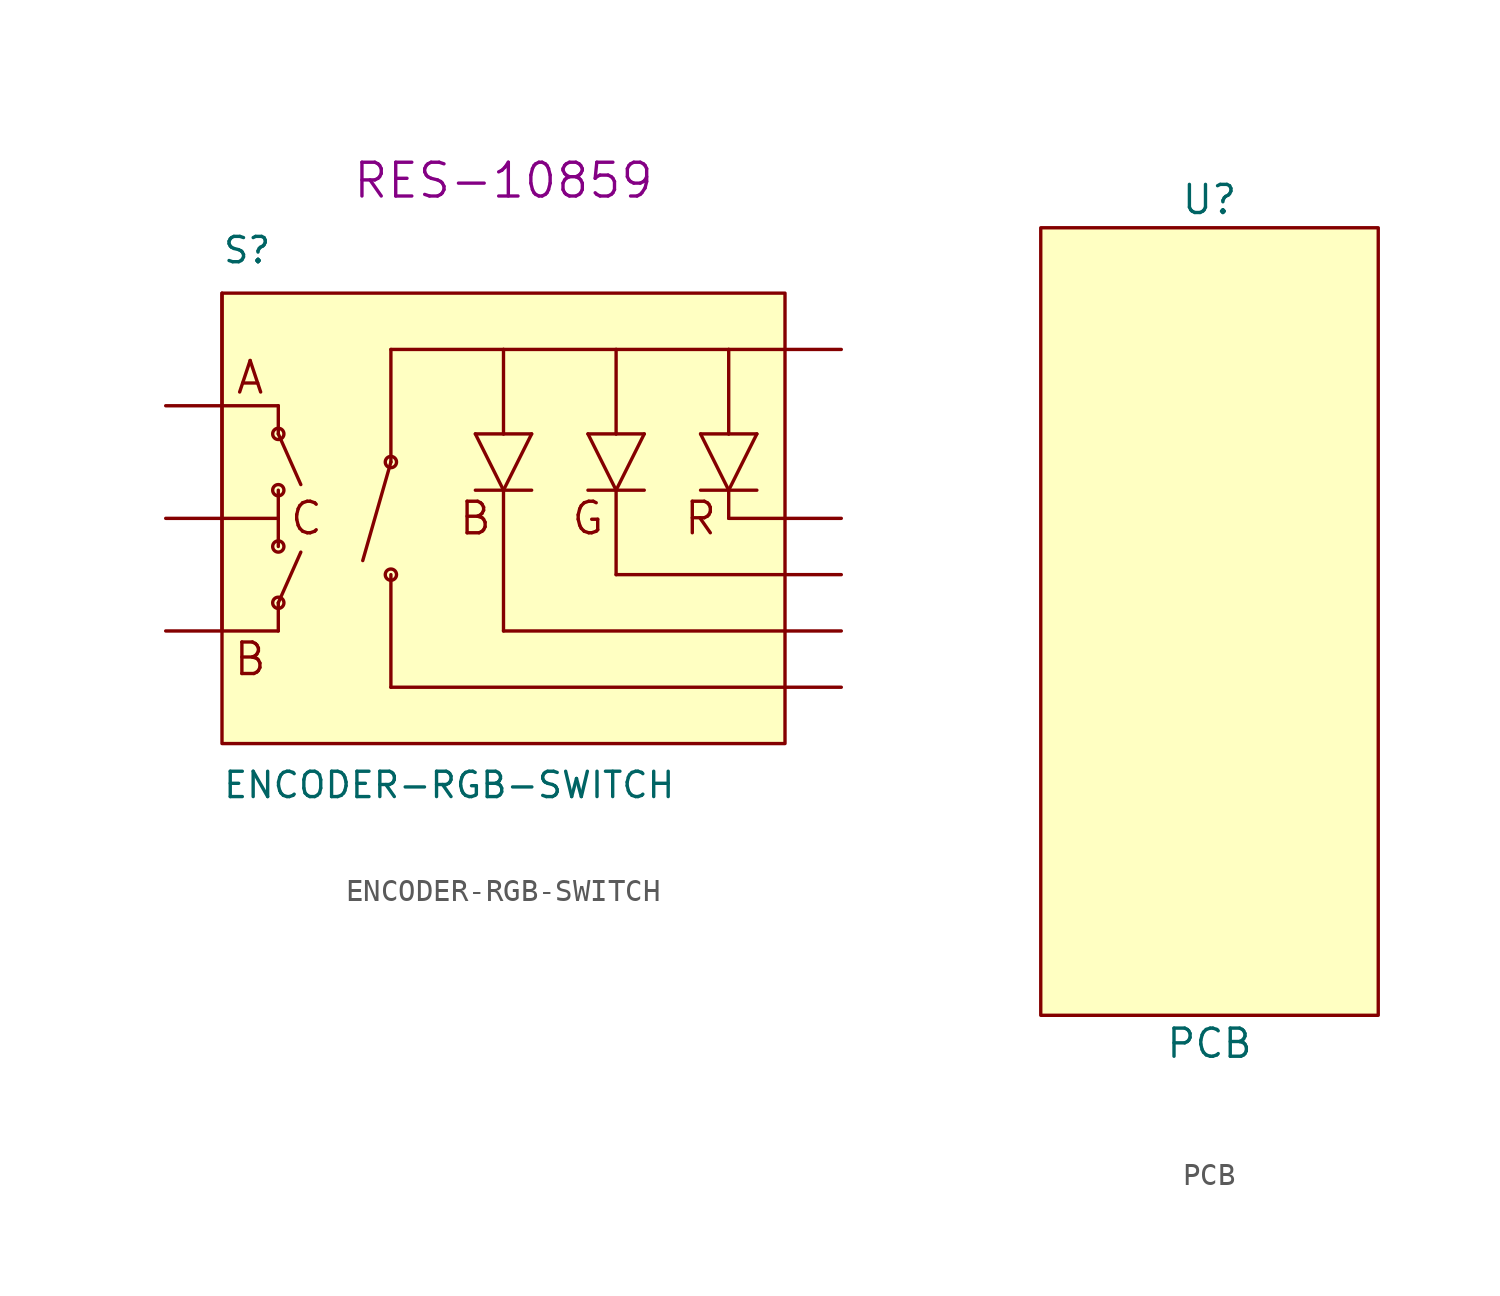
<source format=kicad_sym>
(kicad_symbol_lib
  (version 20211014)
  (generator kicad_symbol_editor)
  (symbol "ENCODER-RGB-SWITCH"
    (pin_numbers hide)
    (pin_names
      (offset 1.016))
    (property "Reference" "S"
      (at -12.7 11.43 0)
      (effects (font (size 1.143 1.143)) (justify left bottom)))
    (property "Value" "ENCODER-RGB-SWITCH"
      (at -12.7 -12.7 0)
      (effects (font (size 1.143 1.143)) (justify left bottom)))
    (property "Field4" "RES-10859"
      (at 0 15.24 0)
      (effects (font (size 1.524 1.524))))
    (property "ki_locked" ""
      (at 0 0 0)
      (effects (font (size 1.27 1.27))))
    (symbol "ENCODER-RGB-SWITCH_1_0"
      (polyline (pts (xy -12.7 0) (xy -12.7 -5.08)) (stroke (width 0) (type default) (color 0 0 0 0)) (fill (type none)))
      (polyline (pts (xy -12.7 5.08) (xy -12.7 0)) (stroke (width 0) (type default) (color 0 0 0 0)) (fill (type none)))
      (polyline (pts (xy -12.7 5.08) (xy -10.16 5.08)) (stroke (width 0) (type default) (color 0 0 0 0)) (fill (type none)))
      (polyline (pts (xy -12.7 10.16) (xy -12.7 5.08)) (stroke (width 0) (type default) (color 0 0 0 0)) (fill (type none)))
      (polyline (pts (xy -10.16 -5.08) (xy -12.7 -5.08)) (stroke (width 0) (type default) (color 0 0 0 0)) (fill (type none)))
      (polyline (pts (xy -10.16 -5.08) (xy -10.16 -3.81)) (stroke (width 0) (type default) (color 0 0 0 0)) (fill (type none)))
      (polyline (pts (xy -10.16 -3.81) (xy -9.144 -1.524)) (stroke (width 0) (type default) (color 0 0 0 0)) (fill (type none)))
      (polyline (pts (xy -10.16 0) (xy -12.7 0)) (stroke (width 0) (type default) (color 0 0 0 0)) (fill (type none)))
      (polyline (pts (xy -10.16 0) (xy -10.16 -1.27)) (stroke (width 0) (type default) (color 0 0 0 0)) (fill (type none)))
      (polyline (pts (xy -10.16 0) (xy -10.16 1.27)) (stroke (width 0) (type default) (color 0 0 0 0)) (fill (type none)))
      (polyline (pts (xy -10.16 3.81) (xy -9.144 1.524)) (stroke (width 0) (type default) (color 0 0 0 0)) (fill (type none)))
      (polyline (pts (xy -10.16 5.08) (xy -10.16 3.81)) (stroke (width 0) (type default) (color 0 0 0 0)) (fill (type none)))
      (polyline (pts (xy -5.08 -7.62) (xy -5.08 -2.54)) (stroke (width 0) (type default) (color 0 0 0 0)) (fill (type none)))
      (polyline (pts (xy -5.08 -7.62) (xy 12.7 -7.62)) (stroke (width 0) (type default) (color 0 0 0 0)) (fill (type none)))
      (polyline (pts (xy -5.08 2.54) (xy -6.35 -1.905)) (stroke (width 0) (type default) (color 0 0 0 0)) (fill (type none)))
      (polyline (pts (xy -5.08 7.62) (xy -5.08 2.54)) (stroke (width 0) (type default) (color 0 0 0 0)) (fill (type none)))
      (polyline (pts (xy -5.08 7.62) (xy 0 7.62)) (stroke (width 0) (type default) (color 0 0 0 0)) (fill (type none)))
      (polyline (pts (xy -1.27 1.27) (xy 0 1.27)) (stroke (width 0) (type default) (color 0 0 0 0)) (fill (type none)))
      (polyline (pts (xy -1.27 3.81) (xy 0 1.27)) (stroke (width 0) (type default) (color 0 0 0 0)) (fill (type none)))
      (polyline (pts (xy -1.27 3.81) (xy 0 3.81)) (stroke (width 0) (type default) (color 0 0 0 0)) (fill (type none)))
      (polyline (pts (xy 0 -5.08) (xy 0 1.27)) (stroke (width 0) (type default) (color 0 0 0 0)) (fill (type none)))
      (polyline (pts (xy 0 -5.08) (xy 12.7 -5.08)) (stroke (width 0) (type default) (color 0 0 0 0)) (fill (type none)))
      (polyline (pts (xy 0 1.27) (xy 1.27 1.27)) (stroke (width 0) (type default) (color 0 0 0 0)) (fill (type none)))
      (polyline (pts (xy 0 1.27) (xy 1.27 3.81)) (stroke (width 0) (type default) (color 0 0 0 0)) (fill (type none)))
      (polyline (pts (xy 0 3.81) (xy 1.27 3.81)) (stroke (width 0) (type default) (color 0 0 0 0)) (fill (type none)))
      (polyline (pts (xy 0 7.62) (xy 0 3.81)) (stroke (width 0) (type default) (color 0 0 0 0)) (fill (type none)))
      (polyline (pts (xy 0 7.62) (xy 5.08 7.62)) (stroke (width 0) (type default) (color 0 0 0 0)) (fill (type none)))
      (polyline (pts (xy 3.81 1.27) (xy 5.08 1.27)) (stroke (width 0) (type default) (color 0 0 0 0)) (fill (type none)))
      (polyline (pts (xy 3.81 3.81) (xy 5.08 1.27)) (stroke (width 0) (type default) (color 0 0 0 0)) (fill (type none)))
      (polyline (pts (xy 3.81 3.81) (xy 5.08 3.81)) (stroke (width 0) (type default) (color 0 0 0 0)) (fill (type none)))
      (polyline (pts (xy 5.08 -2.54) (xy 5.08 1.27)) (stroke (width 0) (type default) (color 0 0 0 0)) (fill (type none)))
      (polyline (pts (xy 5.08 -2.54) (xy 12.7 -2.54)) (stroke (width 0) (type default) (color 0 0 0 0)) (fill (type none)))
      (polyline (pts (xy 5.08 1.27) (xy 6.35 1.27)) (stroke (width 0) (type default) (color 0 0 0 0)) (fill (type none)))
      (polyline (pts (xy 5.08 1.27) (xy 6.35 3.81)) (stroke (width 0) (type default) (color 0 0 0 0)) (fill (type none)))
      (polyline (pts (xy 5.08 3.81) (xy 6.35 3.81)) (stroke (width 0) (type default) (color 0 0 0 0)) (fill (type none)))
      (polyline (pts (xy 5.08 7.62) (xy 5.08 3.81)) (stroke (width 0) (type default) (color 0 0 0 0)) (fill (type none)))
      (polyline (pts (xy 5.08 7.62) (xy 10.16 7.62)) (stroke (width 0) (type default) (color 0 0 0 0)) (fill (type none)))
      (polyline (pts (xy 8.89 1.27) (xy 10.16 1.27)) (stroke (width 0) (type default) (color 0 0 0 0)) (fill (type none)))
      (polyline (pts (xy 8.89 3.81) (xy 10.16 1.27)) (stroke (width 0) (type default) (color 0 0 0 0)) (fill (type none)))
      (polyline (pts (xy 8.89 3.81) (xy 10.16 3.81)) (stroke (width 0) (type default) (color 0 0 0 0)) (fill (type none)))
      (polyline (pts (xy 10.16 0) (xy 10.16 1.27)) (stroke (width 0) (type default) (color 0 0 0 0)) (fill (type none)))
      (polyline (pts (xy 10.16 0) (xy 12.7 0)) (stroke (width 0) (type default) (color 0 0 0 0)) (fill (type none)))
      (polyline (pts (xy 10.16 1.27) (xy 11.43 1.27)) (stroke (width 0) (type default) (color 0 0 0 0)) (fill (type none)))
      (polyline (pts (xy 10.16 1.27) (xy 11.43 3.81)) (stroke (width 0) (type default) (color 0 0 0 0)) (fill (type none)))
      (polyline (pts (xy 10.16 3.81) (xy 11.43 3.81)) (stroke (width 0) (type default) (color 0 0 0 0)) (fill (type none)))
      (polyline (pts (xy 10.16 7.62) (xy 10.16 3.81)) (stroke (width 0) (type default) (color 0 0 0 0)) (fill (type none)))
      (polyline (pts (xy 10.16 7.62) (xy 12.7 7.62)) (stroke (width 0) (type default) (color 0 0 0 0)) (fill (type none)))
      (text "A" (at -11.43 6.35 0) (effects (font (size 1.422 1.422))))
      (text "B" (at -11.43 -6.35 0) (effects (font (size 1.422 1.422))))
      (text "B" (at -1.27 0 0) (effects (font (size 1.422 1.422))))
      (text "C" (at -8.89 0 0) (effects (font (size 1.422 1.422))))
      (text "G" (at 3.81 0 0) (effects (font (size 1.422 1.422))))
      (text "R" (at 8.89 0 0) (effects (font (size 1.422 1.422)))))
    (symbol "ENCODER-RGB-SWITCH_1_1"
      (rectangle (start -12.7 10.16) (end 12.7 -10.16) (stroke (width 0) (type default) (color 0 0 0 0)) (fill (type background)))
      (circle (center -10.16 -3.81) (radius 0.254) (stroke (width 0) (type default) (color 0 0 0 0)) (fill (type none)))
      (circle (center -10.16 -1.27) (radius 0.254) (stroke (width 0) (type default) (color 0 0 0 0)) (fill (type none)))
      (circle (center -10.16 1.27) (radius 0.254) (stroke (width 0) (type default) (color 0 0 0 0)) (fill (type none)))
      (circle (center -10.16 3.81) (radius 0.254) (stroke (width 0) (type default) (color 0 0 0 0)) (fill (type none)))
      (circle (center -5.08 -2.54) (radius 0.254) (stroke (width 0) (type default) (color 0 0 0 0)) (fill (type none)))
      (circle (center -5.08 2.54) (radius 0.254) (stroke (width 0) (type default) (color 0 0 0 0)) (fill (type none)))
      (pin passive line (at 15.24 0 180) (length 2.54) (name "" (effects (font (size 1.016 1.016)))) (number "1" (effects (font (size 1.016 1.016)))))
      (pin passive line (at 15.24 -2.54 180) (length 2.54) (name "" (effects (font (size 1.016 1.016)))) (number "2" (effects (font (size 1.016 1.016)))))
      (pin passive line (at 15.24 -7.62 180) (length 2.54) (name "" (effects (font (size 1.016 1.016)))) (number "3" (effects (font (size 1.016 1.016)))))
      (pin passive line (at 15.24 -5.08 180) (length 2.54) (name "" (effects (font (size 1.016 1.016)))) (number "4" (effects (font (size 1.016 1.016)))))
      (pin passive line (at 15.24 7.62 180) (length 2.54) (name "" (effects (font (size 1.016 1.016)))) (number "5" (effects (font (size 1.016 1.016)))))
      (pin bidirectional line (at -15.24 5.08 0) (length 2.54) (name "" (effects (font (size 1.016 1.016)))) (number "A" (effects (font (size 1.016 1.016)))))
      (pin bidirectional line (at -15.24 -5.08 0) (length 2.54) (name "" (effects (font (size 1.016 1.016)))) (number "B" (effects (font (size 1.016 1.016)))))
      (pin bidirectional line (at -15.24 0 0) (length 2.54) (name "" (effects (font (size 1.016 1.016)))) (number "C" (effects (font (size 1.016 1.016)))))))
  (symbol "PCB"
    (property "Reference" "U"
      (at 0 19.05 0)
      (effects (font (size 1.27 1.27))))
    (property "Value" "PCB"
      (at 0 -19.05 0)
      (effects (font (size 1.27 1.27))))
    (symbol "PCB_0_1"
      (rectangle (start -7.62 17.78) (end 7.62 -17.78) (stroke (width 0) (type default) (color 0 0 0 0)) (fill (type background))))))
</source>
